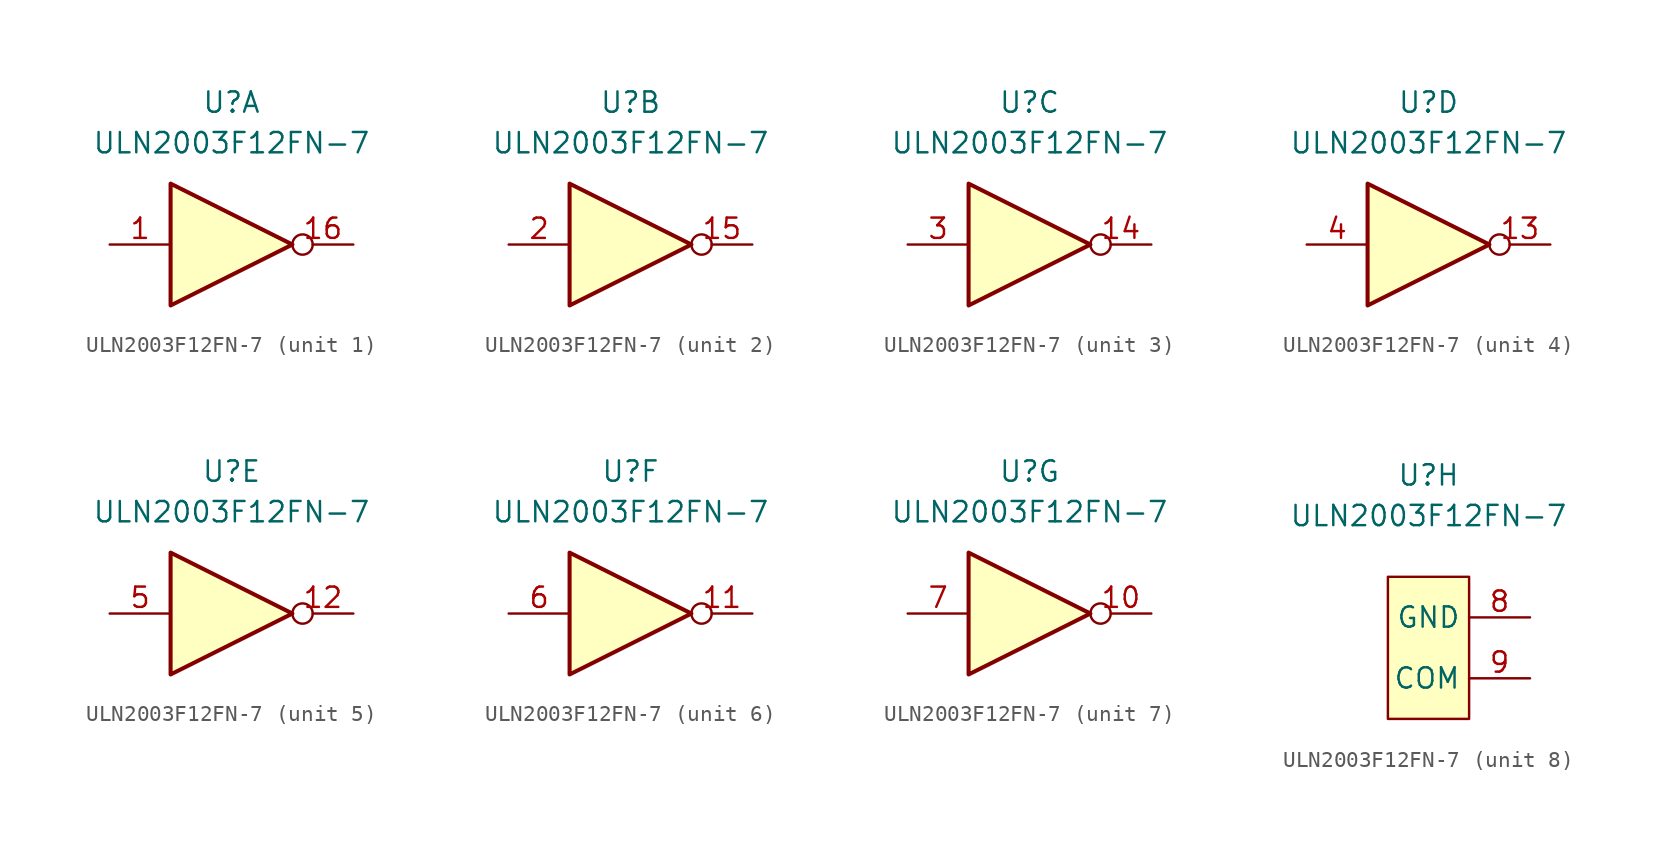
<source format=kicad_sym>
(kicad_symbol_lib
  (version 20211014)
  (generator kicad_symbol_editor)
  (symbol "ULN2003F12FN-7"
    (property "Reference" "U"
      (at 0 8.89 0)
      (effects (font (size 1.27 1.27))))
    (property "Value" "ULN2003F12FN-7"
      (at 0 6.35 0)
      (effects (font (size 1.27 1.27))))
    (symbol "ULN2003F12FN-7_1_0"
      (polyline (pts (xy -3.81 3.81) (xy -3.81 -3.81) (xy 3.81 0) (xy -3.81 3.81)) (stroke (width 0.254) (type default) (color 0 0 0 0)) (fill (type background)))
      (pin input line (at -7.62 0 0) (length 3.81) (name "~" (effects (font (size 1.27 1.27)))) (number "1" (effects (font (size 1.27 1.27)))))
      (pin output inverted (at 7.62 0 180) (length 3.81) (name "~" (effects (font (size 1.27 1.27)))) (number "16" (effects (font (size 1.27 1.27))))))
    (symbol "ULN2003F12FN-7_2_0"
      (polyline (pts (xy -3.81 3.81) (xy -3.81 -3.81) (xy 3.81 0) (xy -3.81 3.81)) (stroke (width 0.254) (type default) (color 0 0 0 0)) (fill (type background)))
      (pin output inverted (at 7.62 0 180) (length 3.81) (name "~" (effects (font (size 1.27 1.27)))) (number "15" (effects (font (size 1.27 1.27)))))
      (pin input line (at -7.62 0 0) (length 3.81) (name "~" (effects (font (size 1.27 1.27)))) (number "2" (effects (font (size 1.27 1.27))))))
    (symbol "ULN2003F12FN-7_3_0"
      (polyline (pts (xy -3.81 3.81) (xy -3.81 -3.81) (xy 3.81 0) (xy -3.81 3.81)) (stroke (width 0.254) (type default) (color 0 0 0 0)) (fill (type background)))
      (pin output inverted (at 7.62 0 180) (length 3.81) (name "~" (effects (font (size 1.27 1.27)))) (number "14" (effects (font (size 1.27 1.27)))))
      (pin input line (at -7.62 0 0) (length 3.81) (name "~" (effects (font (size 1.27 1.27)))) (number "3" (effects (font (size 1.27 1.27))))))
    (symbol "ULN2003F12FN-7_4_0"
      (polyline (pts (xy -3.81 3.81) (xy -3.81 -3.81) (xy 3.81 0) (xy -3.81 3.81)) (stroke (width 0.254) (type default) (color 0 0 0 0)) (fill (type background)))
      (pin output inverted (at 7.62 0 180) (length 3.81) (name "~" (effects (font (size 1.27 1.27)))) (number "13" (effects (font (size 1.27 1.27)))))
      (pin input line (at -7.62 0 0) (length 3.81) (name "~" (effects (font (size 1.27 1.27)))) (number "4" (effects (font (size 1.27 1.27))))))
    (symbol "ULN2003F12FN-7_5_0"
      (polyline (pts (xy -3.81 3.81) (xy -3.81 -3.81) (xy 3.81 0) (xy -3.81 3.81)) (stroke (width 0.254) (type default) (color 0 0 0 0)) (fill (type background)))
      (pin output inverted (at 7.62 0 180) (length 3.81) (name "~" (effects (font (size 1.27 1.27)))) (number "12" (effects (font (size 1.27 1.27)))))
      (pin input line (at -7.62 0 0) (length 3.81) (name "~" (effects (font (size 1.27 1.27)))) (number "5" (effects (font (size 1.27 1.27))))))
    (symbol "ULN2003F12FN-7_6_0"
      (polyline (pts (xy -3.81 3.81) (xy -3.81 -3.81) (xy 3.81 0) (xy -3.81 3.81)) (stroke (width 0.254) (type default) (color 0 0 0 0)) (fill (type background)))
      (pin output inverted (at 7.62 0 180) (length 3.81) (name "~" (effects (font (size 1.27 1.27)))) (number "11" (effects (font (size 1.27 1.27)))))
      (pin input line (at -7.62 0 0) (length 3.81) (name "~" (effects (font (size 1.27 1.27)))) (number "6" (effects (font (size 1.27 1.27))))))
    (symbol "ULN2003F12FN-7_7_0"
      (polyline (pts (xy -3.81 3.81) (xy -3.81 -3.81) (xy 3.81 0) (xy -3.81 3.81)) (stroke (width 0.254) (type default) (color 0 0 0 0)) (fill (type background)))
      (pin output inverted (at 7.62 0 180) (length 3.81) (name "~" (effects (font (size 1.27 1.27)))) (number "10" (effects (font (size 1.27 1.27)))))
      (pin input line (at -7.62 0 0) (length 3.81) (name "~" (effects (font (size 1.27 1.27)))) (number "7" (effects (font (size 1.27 1.27))))))
    (symbol "ULN2003F12FN-7_8_1"
      (rectangle (start -2.54 2.54) (end 2.54 -6.35) (stroke (width 0) (type default) (color 0 0 0 0)) (fill (type background)))
      (pin passive line (at 6.35 0 180) (length 3.81) (name "GND" (effects (font (size 1.27 1.27)))) (number "8" (effects (font (size 1.27 1.27)))))
      (pin passive line (at 6.35 -3.81 180) (length 3.81) (name "COM" (effects (font (size 1.27 1.27)))) (number "9" (effects (font (size 1.27 1.27))))))))
</source>
